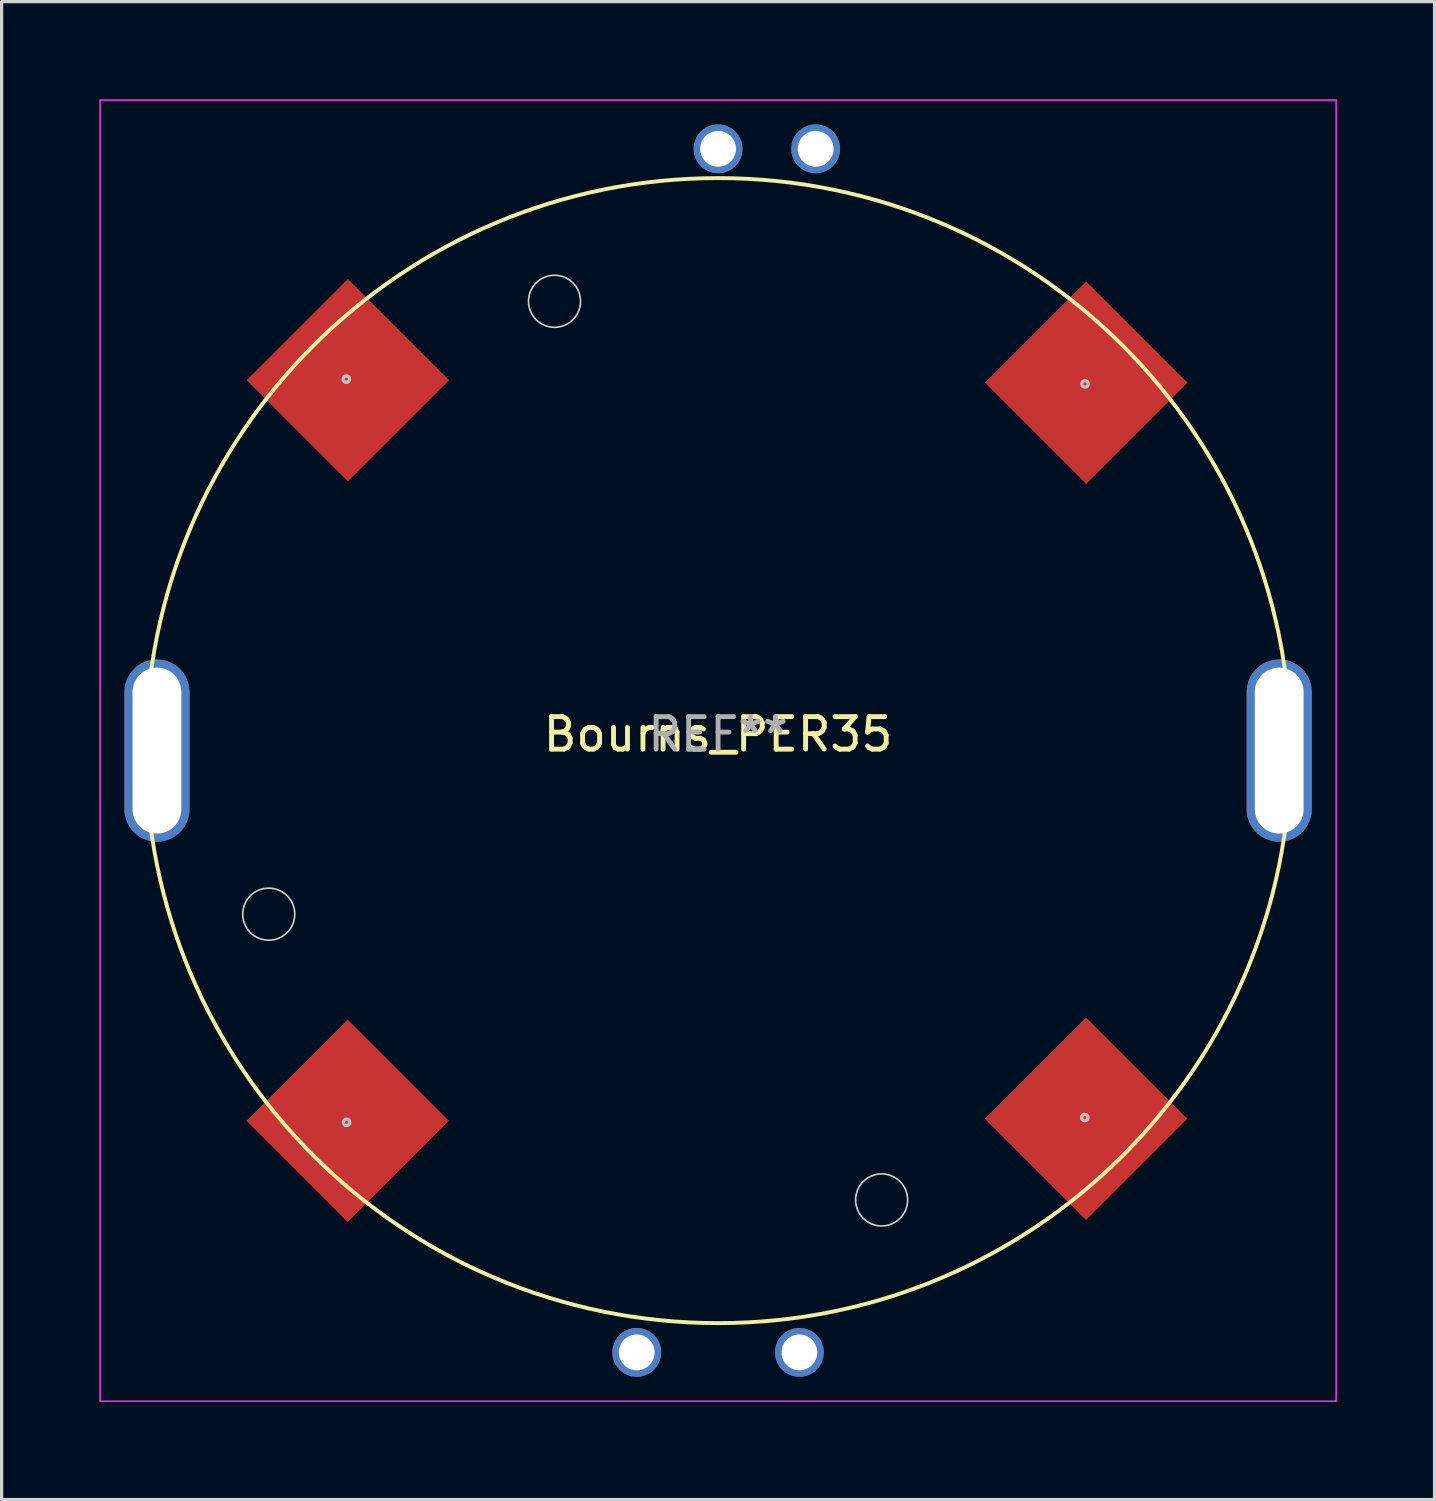
<source format=kicad_pcb>
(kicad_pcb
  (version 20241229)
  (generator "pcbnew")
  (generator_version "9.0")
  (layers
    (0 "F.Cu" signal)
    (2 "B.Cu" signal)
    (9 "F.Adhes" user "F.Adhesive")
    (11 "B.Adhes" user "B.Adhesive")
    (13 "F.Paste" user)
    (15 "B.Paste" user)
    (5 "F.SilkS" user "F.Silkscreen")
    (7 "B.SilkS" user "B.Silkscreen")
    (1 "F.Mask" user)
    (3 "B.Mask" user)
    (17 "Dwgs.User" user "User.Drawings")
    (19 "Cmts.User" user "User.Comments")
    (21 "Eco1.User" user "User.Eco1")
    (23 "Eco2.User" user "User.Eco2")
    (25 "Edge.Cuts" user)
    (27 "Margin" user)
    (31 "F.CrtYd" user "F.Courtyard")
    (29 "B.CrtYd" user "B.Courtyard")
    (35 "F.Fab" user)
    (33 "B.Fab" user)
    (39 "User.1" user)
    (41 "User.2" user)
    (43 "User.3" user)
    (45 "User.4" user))
  (footprint "Bourns_PER35"
    (layer "F.Cu")
    (at 19.025 20.025)
    (property "Reference" "Bourns_PER35" (at 0 -0.5 0) (unlocked yes) (layer "F.SilkS") (effects (font (size 1 1) (thickness 0.15))))
    (attr smd)
    (fp_circle (center 0 0) (end 17.6 0) (stroke (width 0.12) (type default)) (fill no) (layer "F.SilkS"))
    (fp_circle (center -11.427 -11.42) (end -11.327 -11.42) (stroke (width 0.1) (type default)) (fill no) (layer "Dwgs.User"))
    (fp_circle (center -11.42 11.427) (end -11.42 11.327) (stroke (width 0.1) (type default)) (fill no) (layer "Dwgs.User"))
    (fp_circle (center 11.273 11.28) (end 11.373 11.28) (stroke (width 0.1) (type default)) (fill no) (layer "Dwgs.User"))
    (fp_circle (center 11.28 -11.273) (end 11.28 -11.373) (stroke (width 0.1) (type default)) (fill no) (layer "Dwgs.User"))
    (fp_circle (center -13.813 5.028) (end -13.013 5.028) (stroke (width 0.05) (type default)) (fill no) (layer "Edge.Cuts"))
    (fp_circle (center -5.028 -13.813) (end -4.228 -13.813) (stroke (width 0.05) (type default)) (fill no) (layer "Edge.Cuts"))
    (fp_circle (center 5.028 13.813) (end 5.828 13.813) (stroke (width 0.05) (type default)) (fill no) (layer "Edge.Cuts"))
    (fp_rect (start -19 -20) (end 19 20) (stroke (width 0.05) (type default)) (fill no) (layer "F.CrtYd"))
    (fp_text user "REF**" (at 0 -0.5 0) (unlocked yes) (layer "F.Fab") (effects (font (size 1 1) (thickness 0.15))))
    (pad "" thru_hole oval (at -17.25 0) (size 2 5.6) (drill oval 1.5 5.1) (layers "*.Cu" "*.Mask"))
    (pad "" smd rect (at -11.388 11.381 135) (size 4.4 4.4) (layers "F.Cu" "F.Mask" "F.Paste"))
    (pad "" smd rect (at -11.381 -11.388 45) (size 4.4 4.4) (layers "F.Cu" "F.Mask" "F.Paste"))
    (pad "" smd rect (at 11.31 11.317 45) (size 4.4 4.4) (layers "F.Cu" "F.Mask" "F.Paste"))
    (pad "" smd rect (at 11.317 -11.31 135) (size 4.4 4.4) (layers "F.Cu" "F.Mask" "F.Paste"))
    (pad "" thru_hole oval (at 17.25 0) (size 2 5.6) (drill oval 1.5 5.1) (layers "*.Cu" "*.Mask"))
    (pad "A" thru_hole circle (at -2.5 18.5) (size 1.5 1.5) (drill 1.1) (layers "*.Cu" "*.Mask"))
    (pad "B" thru_hole circle (at 2.5 18.5) (size 1.5 1.5) (drill 1.1) (layers "*.Cu" "*.Mask"))
    (pad "C" thru_hole circle (at 3 -18.5) (size 1.5 1.5) (drill 1.1) (layers "*.Cu" "*.Mask"))
    (pad "D" thru_hole circle (at 0 -18.5) (size 1.5 1.5) (drill 1.1) (layers "*.Cu" "*.Mask")))
  (gr_rect
    (start -3 -3)
    (end 41.05 43.05)
    (stroke (width 0.1) (type default))
    (fill no)
    (layer "Edge.Cuts")))
</source>
